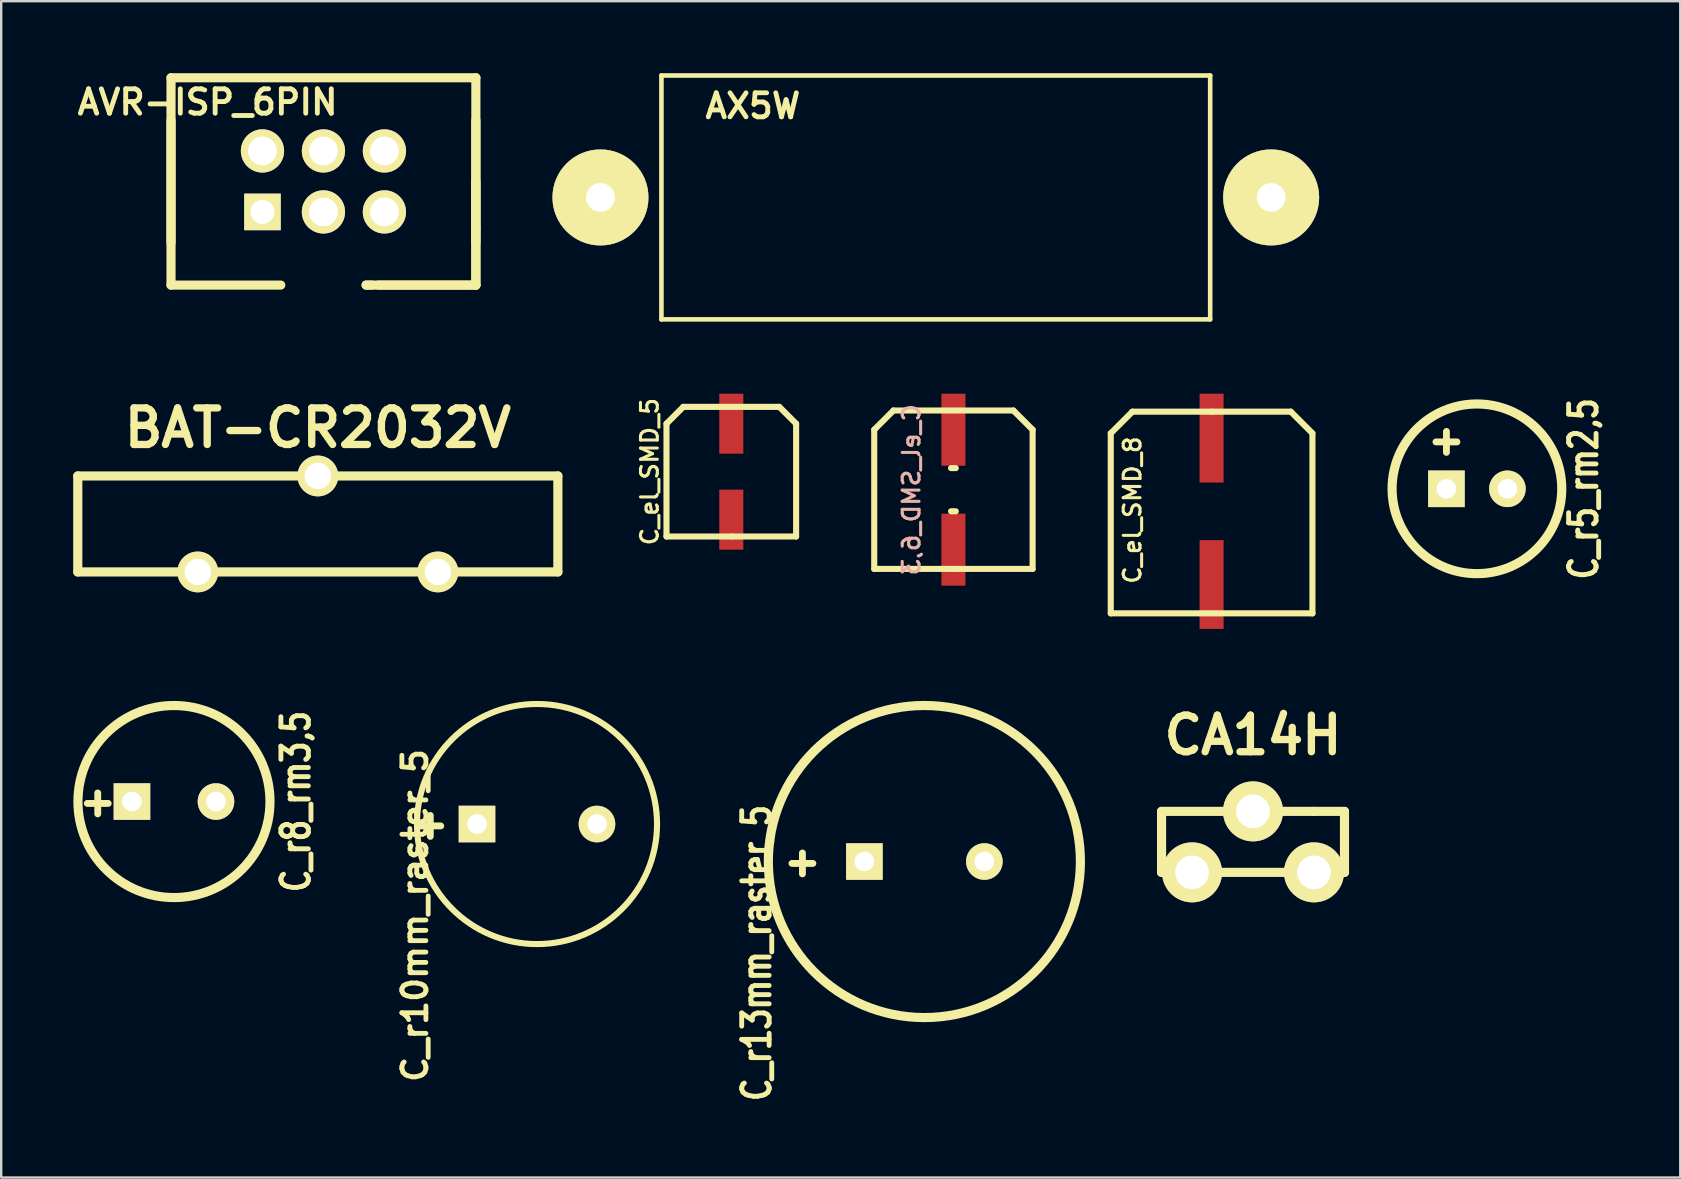
<source format=kicad_pcb>
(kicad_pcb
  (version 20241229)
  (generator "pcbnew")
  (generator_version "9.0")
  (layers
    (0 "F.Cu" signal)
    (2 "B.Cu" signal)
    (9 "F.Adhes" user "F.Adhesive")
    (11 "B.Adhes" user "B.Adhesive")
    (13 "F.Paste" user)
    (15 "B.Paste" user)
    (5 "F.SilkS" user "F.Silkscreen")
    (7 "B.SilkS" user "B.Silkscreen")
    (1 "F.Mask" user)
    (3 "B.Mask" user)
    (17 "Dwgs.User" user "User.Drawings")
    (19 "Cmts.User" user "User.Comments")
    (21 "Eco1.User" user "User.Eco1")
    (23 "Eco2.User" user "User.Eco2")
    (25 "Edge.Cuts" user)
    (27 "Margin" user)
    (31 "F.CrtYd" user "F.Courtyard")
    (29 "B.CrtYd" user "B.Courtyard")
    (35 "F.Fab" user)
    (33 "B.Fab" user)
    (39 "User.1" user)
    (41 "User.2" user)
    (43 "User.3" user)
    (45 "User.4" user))
  (footprint "AX5W"
    (layer "F.Cu")
    (at 35.934 5.175)
    (property "Reference" "AX5W" (at -7.62 -3.81 0) (layer "F.SilkS") (effects (font (size 1.001 1.001) (thickness 0.201))))
    (attr through_hole)
    (fp_line (start -11.43 -5.08) (end -11.43 5.08) (stroke (width 0.191) (type solid)) (layer "F.SilkS"))
    (fp_line (start -11.43 5.08) (end 11.43 5.08) (stroke (width 0.191) (type solid)) (layer "F.SilkS"))
    (fp_line (start 11.43 -5.08) (end -11.43 -5.08) (stroke (width 0.191) (type solid)) (layer "F.SilkS"))
    (fp_line (start 11.43 5.08) (end 11.43 -5.08) (stroke (width 0.191) (type solid)) (layer "F.SilkS"))
    (pad "1" thru_hole circle (at 13.97 0) (size 4 4) (drill 1.199) (layers "*.Cu" "*.Mask" "F.SilkS"))
    (pad "2" thru_hole circle (at -13.97 0) (size 4 4) (drill 1.199) (layers "*.Cu" "*.Mask" "F.SilkS")))
  (footprint "C_el_SMD_5"
    (layer "F.Cu")
    (at 27.415 16.599)
    (property "Reference" "C_el_SMD_5" (at -3.401 0 90) (layer "F.SilkS") (effects (font (size 0.701 0.701) (thickness 0.127))))
    (attr through_hole)
    (fp_line (start -2.7 -1.999) (end -2.7 2.7) (stroke (width 0.254) (type solid)) (layer "F.SilkS"))
    (fp_line (start -2.7 2.7) (end 0 2.7) (stroke (width 0.254) (type solid)) (layer "F.SilkS"))
    (fp_line (start -1.999 -2.7) (end -2.7 -1.999) (stroke (width 0.254) (type solid)) (layer "F.SilkS"))
    (fp_line (start 0 2.7) (end 2.7 2.7) (stroke (width 0.254) (type solid)) (layer "F.SilkS"))
    (fp_line (start 1.999 -2.7) (end -1.999 -2.7) (stroke (width 0.254) (type solid)) (layer "F.SilkS"))
    (fp_line (start 2.7 -1.999) (end 1.999 -2.7) (stroke (width 0.254) (type solid)) (layer "F.SilkS"))
    (fp_line (start 2.7 2.7) (end 2.7 -1.999) (stroke (width 0.254) (type solid)) (layer "F.SilkS"))
    (pad "1" smd rect (at 0 -1.999) (size 1.001 2.499) (layers "F.Cu" "F.Mask" "F.Paste"))
    (pad "2" smd rect (at 0 1.999) (size 1.001 2.499) (layers "F.Cu" "F.Mask" "F.Paste")))
  (footprint "BAT-CR2032V"
    (layer "F.Cu")
    (at 10.19 18.777)
    (property "Reference" "BAT-CR2032V" (at 0 -4 0) (layer "F.SilkS") (effects (font (size 1.524 1.524) (thickness 0.305))))
    (attr through_hole)
    (fp_line (start -10 -1.999) (end 10 -1.999) (stroke (width 0.381) (type solid)) (layer "F.SilkS"))
    (fp_line (start -10 1.999) (end -10 -1.999) (stroke (width 0.381) (type solid)) (layer "F.SilkS"))
    (fp_line (start 10 -1.999) (end 10 1.999) (stroke (width 0.381) (type solid)) (layer "F.SilkS"))
    (fp_line (start 10 1.999) (end -10 1.999) (stroke (width 0.381) (type solid)) (layer "F.SilkS"))
    (pad "1" thru_hole circle (at -5.001 1.999) (size 1.699 1.699) (drill 1.1) (layers "*.Cu" "*.Mask" "F.SilkS"))
    (pad "1" thru_hole circle (at 5.001 1.999) (size 1.699 1.699) (drill 1.1) (layers "*.Cu" "*.Mask" "F.SilkS"))
    (pad "2" thru_hole circle (at 0 -1.999) (size 1.699 1.699) (drill 1.1) (layers "*.Cu" "*.Mask" "F.SilkS")))
  (footprint "AVR-ISP_6PIN"
    (layer "F.Cu")
    (at 10.424 4.508)
    (property "Reference" "AVR-ISP_6PIN" (at -4.826 -3.302 0) (layer "F.SilkS") (effects (font (size 1.016 1.016) (thickness 0.203))))
    (attr through_hole)
    (fp_line (start -6.35 -4.318) (end -6.35 4.318) (stroke (width 0.381) (type solid)) (layer "F.SilkS"))
    (fp_line (start -6.35 -2.54) (end -6.35 2.54) (stroke (width 0.381) (type solid)) (layer "F.SilkS"))
    (fp_line (start -6.35 4.318) (end -1.778 4.318) (stroke (width 0.381) (type solid)) (layer "F.SilkS"))
    (fp_line (start 1.778 4.318) (end 2.032 4.318) (stroke (width 0.381) (type solid)) (layer "F.SilkS"))
    (fp_line (start 2.286 4.318) (end 6.35 4.318) (stroke (width 0.381) (type solid)) (layer "F.SilkS"))
    (fp_line (start 6.35 -4.318) (end -6.35 -4.318) (stroke (width 0.381) (type solid)) (layer "F.SilkS"))
    (fp_line (start 6.35 0) (end 6.35 4.318) (stroke (width 0.381) (type solid)) (layer "F.SilkS"))
    (fp_line (start 6.35 1.905) (end 6.35 -2.54) (stroke (width 0.381) (type solid)) (layer "F.SilkS"))
    (fp_line (start 6.35 2.54) (end 6.35 1.905) (stroke (width 0.381) (type solid)) (layer "F.SilkS"))
    (fp_line (start 6.35 4.318) (end 1.778 4.318) (stroke (width 0.381) (type solid)) (layer "F.SilkS"))
    (fp_line (start 6.35 4.318) (end 6.35 -4.318) (stroke (width 0.381) (type solid)) (layer "F.SilkS"))
    (pad "1" thru_hole rect (at -2.54 1.27) (size 1.524 1.524) (drill 1.001) (layers "*.Cu" "*.Mask" "F.SilkS"))
    (pad "2" thru_hole circle (at -2.54 -1.27) (size 1.801 1.801) (drill 1.199) (layers "*.Cu" "*.Mask" "F.SilkS"))
    (pad "3" thru_hole circle (at 0 1.27) (size 1.801 1.801) (drill 1.199) (layers "*.Cu" "*.Mask" "F.SilkS"))
    (pad "4" thru_hole circle (at 0 -1.27) (size 1.801 1.801) (drill 1.199) (layers "*.Cu" "*.Mask" "F.SilkS"))
    (pad "5" thru_hole circle (at 2.54 1.27) (size 1.801 1.801) (drill 1.199) (layers "*.Cu" "*.Mask" "F.SilkS"))
    (pad "6" thru_hole oval (at 2.54 -1.27) (size 1.801 1.801) (drill 1.199) (layers "*.Cu" "*.Mask" "F.SilkS")))
  (footprint "CA14H"
    (layer "F.Cu")
    (at 49.149 32.021)
    (property "Reference" "CA14H" (at 0 -4.445 0) (layer "F.SilkS") (effects (font (size 1.524 1.524) (thickness 0.305))))
    (attr through_hole)
    (fp_line (start -3.81 -1.27) (end 2.54 -1.27) (stroke (width 0.381) (type solid)) (layer "F.SilkS"))
    (fp_line (start -3.81 1.27) (end -3.81 -1.27) (stroke (width 0.381) (type solid)) (layer "F.SilkS"))
    (fp_line (start 2.54 -1.27) (end 3.81 -1.27) (stroke (width 0.381) (type solid)) (layer "F.SilkS"))
    (fp_line (start 3.81 -1.27) (end 3.81 1.27) (stroke (width 0.381) (type solid)) (layer "F.SilkS"))
    (fp_line (start 3.81 1.27) (end -3.81 1.27) (stroke (width 0.381) (type solid)) (layer "F.SilkS"))
    (pad "1" thru_hole circle (at -2.54 1.27) (size 2.499 2.499) (drill 1.4) (layers "*.Cu" "*.Mask" "F.SilkS"))
    (pad "2" thru_hole circle (at 0 -1.27) (size 2.499 2.499) (drill 1.4) (layers "*.Cu" "*.Mask" "F.SilkS"))
    (pad "3" thru_hole circle (at 2.54 1.27) (size 2.499 2.499) (drill 1.4) (layers "*.Cu" "*.Mask" "F.SilkS")))
  (footprint "C_r8_rm3,5"
    (layer "F.Cu")
    (at 4.197 30.341)
    (property "Reference" "C_r8_rm3,5" (at 5.08 0 90) (layer "F.SilkS") (effects (font (size 1.143 0.889) (thickness 0.203))))
    (attr through_hole)
    (fp_circle (center 0 0) (end 4 0) (stroke (width 0.381) (type solid)) (fill no) (layer "F.SilkS"))
    (fp_text user "+" (at -3.175 0 0) (layer "F.SilkS") (effects (font (size 1.143 1.143) (thickness 0.305))))
    (pad "1" thru_hole rect (at -1.75 0) (size 1.524 1.524) (drill 0.813) (layers "*.Cu" "*.Mask" "F.SilkS"))
    (pad "2" thru_hole circle (at 1.75 0) (size 1.524 1.524) (drill 0.813) (layers "*.Cu" "*.Mask" "F.SilkS")))
  (footprint "C_r5_rm2,5"
    (layer "F.Cu")
    (at 58.476 17.313)
    (property "Reference" "C_r5_rm2,5" (at 4.445 0 90) (layer "F.SilkS") (effects (font (size 1.143 0.889) (thickness 0.203))))
    (attr through_hole)
    (fp_circle (center 0 0) (end 2.499 2.499) (stroke (width 0.381) (type solid)) (fill no) (layer "F.SilkS"))
    (fp_text user "+" (at -1.27 -2.032 0) (layer "F.SilkS") (effects (font (size 1.143 1.143) (thickness 0.305))))
    (pad "1" thru_hole rect (at -1.27 0) (size 1.524 1.524) (drill 0.813) (layers "*.Cu" "*.Mask" "F.SilkS"))
    (pad "2" thru_hole circle (at 1.27 0) (size 1.524 1.524) (drill 0.813) (layers "*.Cu" "*.Mask" "F.SilkS")))
  (footprint "C_r10mm_raster_5"
    (layer "F.Cu")
    (at 19.32 31.278)
    (property "Reference" "C_r10mm_raster_5" (at -5.08 3.81 90) (layer "F.SilkS") (effects (font (size 1.001 1.001) (thickness 0.201))))
    (attr through_hole)
    (fp_circle (center 0 0) (end -5.001 0) (stroke (width 0.254) (type solid)) (fill no) (layer "F.SilkS"))
    (fp_text user "+" (at -4.445 0 0) (layer "F.SilkS") (effects (font (size 1.143 1.143) (thickness 0.305))))
    (pad "1" thru_hole rect (at -2.499 0) (size 1.524 1.524) (drill 0.813) (layers "*.Cu" "*.Mask" "F.SilkS"))
    (pad "2" thru_hole circle (at 2.499 0) (size 1.524 1.524) (drill 0.813) (layers "*.Cu" "*.Mask" "F.SilkS")))
  (footprint "C_el_SMD_6,3"
    (layer "F.Cu")
    (at 36.668 17.35)
    (property "Reference" "C_el_SMD_6,3" (at -1.75 0 270) (layer "B.SilkS") (effects (font (size 0.701 0.701) (thickness 0.127)) (justify mirror)))
    (attr through_hole)
    (fp_line (start -3.299 -2.499) (end -3.299 3.299) (stroke (width 0.254) (type solid)) (layer "F.SilkS"))
    (fp_line (start -3.299 3.299) (end 0 3.299) (stroke (width 0.254) (type solid)) (layer "F.SilkS"))
    (fp_line (start -2.499 -3.299) (end -3.299 -2.499) (stroke (width 0.254) (type solid)) (layer "F.SilkS"))
    (fp_line (start 0 3.299) (end 3.299 3.299) (stroke (width 0.254) (type solid)) (layer "F.SilkS"))
    (fp_line (start 0.099 -0.899) (end -0.099 -0.899) (stroke (width 0.254) (type solid)) (layer "F.SilkS"))
    (fp_line (start 0.099 0.899) (end -0.099 0.899) (stroke (width 0.254) (type solid)) (layer "F.SilkS"))
    (fp_line (start 2.499 -3.299) (end -2.499 -3.299) (stroke (width 0.254) (type solid)) (layer "F.SilkS"))
    (fp_line (start 3.299 -2.499) (end 2.499 -3.299) (stroke (width 0.254) (type solid)) (layer "F.SilkS"))
    (fp_line (start 3.299 -2.499) (end 3.299 3.299) (stroke (width 0.254) (type solid)) (layer "F.SilkS"))
    (pad "1" smd rect (at 0 -2.499) (size 1.001 3) (layers "F.Cu" "F.Mask" "F.Paste"))
    (pad "2" smd rect (at 0 2.499) (size 1.001 3) (layers "F.Cu" "F.Mask" "F.Paste")))
  (footprint "C_r13mm_raster_5"
    (layer "F.Cu")
    (at 35.458 32.84)
    (property "Reference" "C_r13mm_raster_5" (at -6.985 3.81 90) (layer "F.SilkS") (effects (font (size 1.143 0.889) (thickness 0.203))))
    (attr through_hole)
    (fp_circle (center 0 0) (end 6.5 0) (stroke (width 0.381) (type solid)) (fill no) (layer "F.SilkS"))
    (fp_text user "+" (at -5.08 0 0) (layer "F.SilkS") (effects (font (size 1.143 1.143) (thickness 0.305))))
    (pad "1" thru_hole rect (at -2.499 0) (size 1.524 1.524) (drill 0.813) (layers "*.Cu" "*.Mask" "F.SilkS"))
    (pad "2" thru_hole circle (at 2.499 0) (size 1.524 1.524) (drill 0.813) (layers "*.Cu" "*.Mask" "F.SilkS")))
  (footprint "C_el_SMD_8"
    (layer "F.Cu")
    (at 47.423 18.3)
    (property "Reference" "C_el_SMD_8" (at -3.299 -0.099 90) (layer "F.SilkS") (effects (font (size 0.701 0.701) (thickness 0.127))))
    (attr through_hole)
    (fp_line (start -4.201 -3.299) (end -3.299 -4.201) (stroke (width 0.254) (type solid)) (layer "F.SilkS"))
    (fp_line (start -4.201 4.201) (end -4.201 -3.299) (stroke (width 0.254) (type solid)) (layer "F.SilkS"))
    (fp_line (start -3.299 -4.201) (end 0 -4.201) (stroke (width 0.254) (type solid)) (layer "F.SilkS"))
    (fp_line (start 0 -4.201) (end 3.299 -4.201) (stroke (width 0.254) (type solid)) (layer "F.SilkS"))
    (fp_line (start 3.299 -4.201) (end 4.201 -3.299) (stroke (width 0.254) (type solid)) (layer "F.SilkS"))
    (fp_line (start 4.201 -3.299) (end 4.201 4.201) (stroke (width 0.254) (type solid)) (layer "F.SilkS"))
    (fp_line (start 4.201 4.201) (end -4.201 4.201) (stroke (width 0.254) (type solid)) (layer "F.SilkS"))
    (pad "1" smd rect (at 0 -3.099) (size 1.001 3.701) (layers "F.Cu" "F.Mask" "F.Paste"))
    (pad "2" smd rect (at 0 3) (size 1.001 3.701) (layers "F.Cu" "F.Mask" "F.Paste")))
  (gr_rect
    (start -3 -3)
    (end 66.947 46.004)
    (stroke (width 0.1) (type default))
    (fill no)
    (layer "Edge.Cuts")))
</source>
